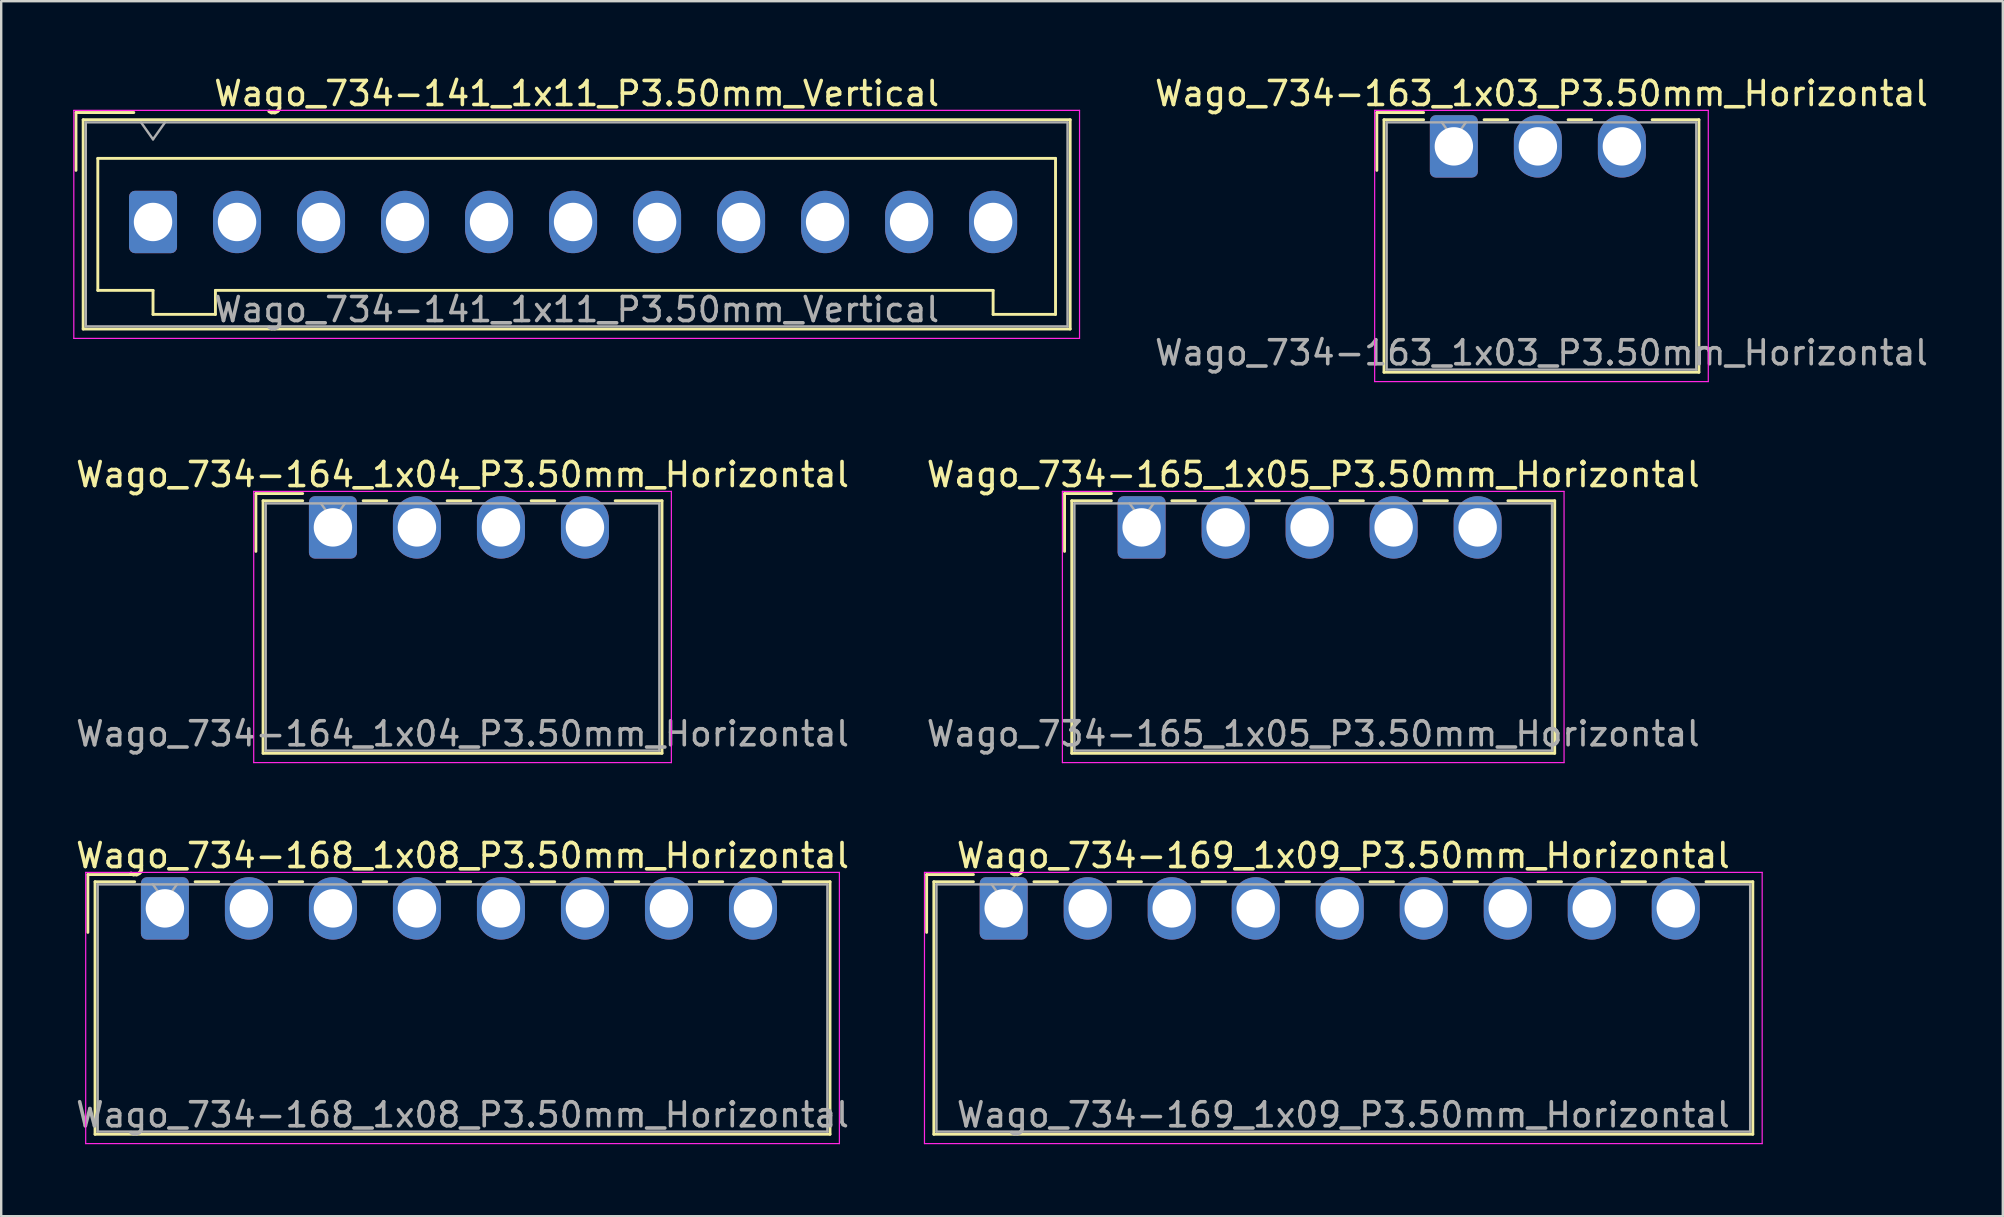
<source format=kicad_pcb>
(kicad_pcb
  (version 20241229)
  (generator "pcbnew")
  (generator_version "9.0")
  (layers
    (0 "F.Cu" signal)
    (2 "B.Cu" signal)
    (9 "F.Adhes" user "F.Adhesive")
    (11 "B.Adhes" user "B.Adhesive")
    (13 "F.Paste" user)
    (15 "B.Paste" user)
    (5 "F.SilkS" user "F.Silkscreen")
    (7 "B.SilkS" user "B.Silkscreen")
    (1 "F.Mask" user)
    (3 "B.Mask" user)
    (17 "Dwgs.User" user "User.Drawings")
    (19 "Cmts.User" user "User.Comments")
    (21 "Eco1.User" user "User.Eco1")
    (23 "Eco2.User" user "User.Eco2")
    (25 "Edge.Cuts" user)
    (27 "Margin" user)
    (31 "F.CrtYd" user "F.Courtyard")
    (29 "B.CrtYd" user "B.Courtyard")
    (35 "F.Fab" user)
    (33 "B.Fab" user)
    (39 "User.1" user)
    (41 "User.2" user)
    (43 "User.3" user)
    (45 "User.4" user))
  (footprint "Wago_734-163_1x03_P3.50mm_Horizontal"
    (layer "F.Cu")
    (at 57.52 3.048)
    (property "Reference" "Wago_734-163_1x03_P3.50mm_Horizontal" (at 3.65 -2.2 0) (layer "F.SilkS") (effects (font (size 1 1) (thickness 0.15))))
    (attr through_hole)
    (fp_line (start -3.21 -1.41) (end -1.26 -1.41) (stroke (width 0.12) (type solid)) (layer "F.SilkS"))
    (fp_line (start -3.21 1) (end -3.21 -1.41) (stroke (width 0.12) (type solid)) (layer "F.SilkS"))
    (fp_line (start -2.91 -1.11) (end -2.91 9.41) (stroke (width 0.12) (type solid)) (layer "F.SilkS"))
    (fp_line (start -2.91 9.41) (end 10.21 9.41) (stroke (width 0.12) (type solid)) (layer "F.SilkS"))
    (fp_line (start -1.26 -1.11) (end -2.91 -1.11) (stroke (width 0.12) (type solid)) (layer "F.SilkS"))
    (fp_line (start 1.26 -1.11) (end 2.24 -1.11) (stroke (width 0.12) (type solid)) (layer "F.SilkS"))
    (fp_line (start 4.76 -1.11) (end 5.74 -1.11) (stroke (width 0.12) (type solid)) (layer "F.SilkS"))
    (fp_line (start 10.21 -1.11) (end 8.26 -1.11) (stroke (width 0.12) (type solid)) (layer "F.SilkS"))
    (fp_line (start 10.21 9.41) (end 10.21 -1.11) (stroke (width 0.12) (type solid)) (layer "F.SilkS"))
    (fp_line (start -3.3 -1.5) (end -3.3 9.8) (stroke (width 0.05) (type solid)) (layer "F.CrtYd"))
    (fp_line (start -3.3 9.8) (end 10.6 9.8) (stroke (width 0.05) (type solid)) (layer "F.CrtYd"))
    (fp_line (start 10.6 -1.5) (end -3.3 -1.5) (stroke (width 0.05) (type solid)) (layer "F.CrtYd"))
    (fp_line (start 10.6 9.8) (end 10.6 -1.5) (stroke (width 0.05) (type solid)) (layer "F.CrtYd"))
    (fp_line (start -2.8 -1) (end -2.8 9.3) (stroke (width 0.1) (type solid)) (layer "F.Fab"))
    (fp_line (start -2.8 9.3) (end 10.1 9.3) (stroke (width 0.1) (type solid)) (layer "F.Fab"))
    (fp_line (start -0.5 -1) (end 0 -0.293) (stroke (width 0.1) (type solid)) (layer "F.Fab"))
    (fp_line (start 0 -0.293) (end 0.5 -1) (stroke (width 0.1) (type solid)) (layer "F.Fab"))
    (fp_line (start 10.1 -1) (end -2.8 -1) (stroke (width 0.1) (type solid)) (layer "F.Fab"))
    (fp_line (start 10.1 9.3) (end 10.1 -1) (stroke (width 0.1) (type solid)) (layer "F.Fab"))
    (fp_text user "${REFERENCE}" (at 3.65 8.6 0) (layer "F.Fab") (effects (font (size 1 1) (thickness 0.15))))
    (pad "1" thru_hole roundrect (at 0 0) (size 2 2.6) (drill 1.6) (layers "*.Cu" "*.Mask") (roundrect_rratio 0.125))
    (pad "2" thru_hole oval (at 3.5 0) (size 2 2.6) (drill 1.6) (layers "*.Cu" "*.Mask"))
    (pad "3" thru_hole oval (at 7 0) (size 2 2.6) (drill 1.6) (layers "*.Cu" "*.Mask")))
  (footprint "Wago_734-141_1x11_P3.50mm_Vertical"
    (layer "F.Cu")
    (at 3.325 6.198)
    (property "Reference" "Wago_734-141_1x11_P3.50mm_Vertical" (at 17.65 -5.35 0) (layer "F.SilkS") (effects (font (size 1 1) (thickness 0.15))))
    (attr through_hole)
    (fp_line (start -3.21 -4.56) (end -0.8 -4.56) (stroke (width 0.12) (type solid)) (layer "F.SilkS"))
    (fp_line (start -3.21 -2.15) (end -3.21 -4.56) (stroke (width 0.12) (type solid)) (layer "F.SilkS"))
    (fp_line (start -2.91 -4.26) (end -2.91 4.46) (stroke (width 0.12) (type solid)) (layer "F.SilkS"))
    (fp_line (start -2.91 4.46) (end 38.21 4.46) (stroke (width 0.12) (type solid)) (layer "F.SilkS"))
    (fp_line (start -2.3 -2.65) (end -2.3 2.85) (stroke (width 0.12) (type solid)) (layer "F.SilkS"))
    (fp_line (start -2.3 2.85) (end 0 2.85) (stroke (width 0.12) (type solid)) (layer "F.SilkS"))
    (fp_line (start 0 2.85) (end 0 3.85) (stroke (width 0.12) (type solid)) (layer "F.SilkS"))
    (fp_line (start 0 3.85) (end 2.6 3.85) (stroke (width 0.12) (type solid)) (layer "F.SilkS"))
    (fp_line (start 2.6 2.85) (end 35 2.85) (stroke (width 0.12) (type solid)) (layer "F.SilkS"))
    (fp_line (start 2.6 3.85) (end 2.6 2.85) (stroke (width 0.12) (type solid)) (layer "F.SilkS"))
    (fp_line (start 35 2.85) (end 35 3.85) (stroke (width 0.12) (type solid)) (layer "F.SilkS"))
    (fp_line (start 35 3.85) (end 37.6 3.85) (stroke (width 0.12) (type solid)) (layer "F.SilkS"))
    (fp_line (start 37.6 -2.65) (end -2.3 -2.65) (stroke (width 0.12) (type solid)) (layer "F.SilkS"))
    (fp_line (start 37.6 3.85) (end 37.6 -2.65) (stroke (width 0.12) (type solid)) (layer "F.SilkS"))
    (fp_line (start 38.21 -4.26) (end -2.91 -4.26) (stroke (width 0.12) (type solid)) (layer "F.SilkS"))
    (fp_line (start 38.21 4.46) (end 38.21 -4.26) (stroke (width 0.12) (type solid)) (layer "F.SilkS"))
    (fp_line (start -3.3 -4.65) (end -3.3 4.85) (stroke (width 0.05) (type solid)) (layer "F.CrtYd"))
    (fp_line (start -3.3 4.85) (end 38.6 4.85) (stroke (width 0.05) (type solid)) (layer "F.CrtYd"))
    (fp_line (start 38.6 -4.65) (end -3.3 -4.65) (stroke (width 0.05) (type solid)) (layer "F.CrtYd"))
    (fp_line (start 38.6 4.85) (end 38.6 -4.65) (stroke (width 0.05) (type solid)) (layer "F.CrtYd"))
    (fp_line (start -2.8 -4.15) (end -2.8 4.35) (stroke (width 0.1) (type solid)) (layer "F.Fab"))
    (fp_line (start -2.8 4.35) (end 38.1 4.35) (stroke (width 0.1) (type solid)) (layer "F.Fab"))
    (fp_line (start -0.5 -4.15) (end 0 -3.443) (stroke (width 0.1) (type solid)) (layer "F.Fab"))
    (fp_line (start 0 -3.443) (end 0.5 -4.15) (stroke (width 0.1) (type solid)) (layer "F.Fab"))
    (fp_line (start 38.1 -4.15) (end -2.8 -4.15) (stroke (width 0.1) (type solid)) (layer "F.Fab"))
    (fp_line (start 38.1 4.35) (end 38.1 -4.15) (stroke (width 0.1) (type solid)) (layer "F.Fab"))
    (fp_text user "${REFERENCE}" (at 17.65 3.65 0) (layer "F.Fab") (effects (font (size 1 1) (thickness 0.15))))
    (pad "1" thru_hole roundrect (at 0 0) (size 2 2.6) (drill 1.6) (layers "*.Cu" "*.Mask") (roundrect_rratio 0.125))
    (pad "2" thru_hole oval (at 3.5 0) (size 2 2.6) (drill 1.6) (layers "*.Cu" "*.Mask"))
    (pad "3" thru_hole oval (at 7 0) (size 2 2.6) (drill 1.6) (layers "*.Cu" "*.Mask"))
    (pad "4" thru_hole oval (at 10.5 0) (size 2 2.6) (drill 1.6) (layers "*.Cu" "*.Mask"))
    (pad "5" thru_hole oval (at 14 0) (size 2 2.6) (drill 1.6) (layers "*.Cu" "*.Mask"))
    (pad "6" thru_hole oval (at 17.5 0) (size 2 2.6) (drill 1.6) (layers "*.Cu" "*.Mask"))
    (pad "7" thru_hole oval (at 21 0) (size 2 2.6) (drill 1.6) (layers "*.Cu" "*.Mask"))
    (pad "8" thru_hole oval (at 24.5 0) (size 2 2.6) (drill 1.6) (layers "*.Cu" "*.Mask"))
    (pad "9" thru_hole oval (at 28 0) (size 2 2.6) (drill 1.6) (layers "*.Cu" "*.Mask"))
    (pad "10" thru_hole oval (at 31.5 0) (size 2 2.6) (drill 1.6) (layers "*.Cu" "*.Mask"))
    (pad "11" thru_hole oval (at 35 0) (size 2 2.6) (drill 1.6) (layers "*.Cu" "*.Mask")))
  (footprint "Wago_734-169_1x09_P3.50mm_Horizontal"
    (layer "F.Cu")
    (at 38.765 34.795)
    (property "Reference" "Wago_734-169_1x09_P3.50mm_Horizontal" (at 14.15 -2.2 0) (layer "F.SilkS") (effects (font (size 1 1) (thickness 0.15))))
    (attr through_hole)
    (fp_line (start -3.21 -1.41) (end -1.26 -1.41) (stroke (width 0.12) (type solid)) (layer "F.SilkS"))
    (fp_line (start -3.21 1) (end -3.21 -1.41) (stroke (width 0.12) (type solid)) (layer "F.SilkS"))
    (fp_line (start -2.91 -1.11) (end -2.91 9.41) (stroke (width 0.12) (type solid)) (layer "F.SilkS"))
    (fp_line (start -2.91 9.41) (end 31.21 9.41) (stroke (width 0.12) (type solid)) (layer "F.SilkS"))
    (fp_line (start -1.26 -1.11) (end -2.91 -1.11) (stroke (width 0.12) (type solid)) (layer "F.SilkS"))
    (fp_line (start 1.26 -1.11) (end 2.24 -1.11) (stroke (width 0.12) (type solid)) (layer "F.SilkS"))
    (fp_line (start 4.76 -1.11) (end 5.74 -1.11) (stroke (width 0.12) (type solid)) (layer "F.SilkS"))
    (fp_line (start 8.26 -1.11) (end 9.24 -1.11) (stroke (width 0.12) (type solid)) (layer "F.SilkS"))
    (fp_line (start 11.76 -1.11) (end 12.74 -1.11) (stroke (width 0.12) (type solid)) (layer "F.SilkS"))
    (fp_line (start 15.26 -1.11) (end 16.24 -1.11) (stroke (width 0.12) (type solid)) (layer "F.SilkS"))
    (fp_line (start 18.76 -1.11) (end 19.74 -1.11) (stroke (width 0.12) (type solid)) (layer "F.SilkS"))
    (fp_line (start 22.26 -1.11) (end 23.24 -1.11) (stroke (width 0.12) (type solid)) (layer "F.SilkS"))
    (fp_line (start 25.76 -1.11) (end 26.74 -1.11) (stroke (width 0.12) (type solid)) (layer "F.SilkS"))
    (fp_line (start 31.21 -1.11) (end 29.26 -1.11) (stroke (width 0.12) (type solid)) (layer "F.SilkS"))
    (fp_line (start 31.21 9.41) (end 31.21 -1.11) (stroke (width 0.12) (type solid)) (layer "F.SilkS"))
    (fp_line (start -3.3 -1.5) (end -3.3 9.8) (stroke (width 0.05) (type solid)) (layer "F.CrtYd"))
    (fp_line (start -3.3 9.8) (end 31.6 9.8) (stroke (width 0.05) (type solid)) (layer "F.CrtYd"))
    (fp_line (start 31.6 -1.5) (end -3.3 -1.5) (stroke (width 0.05) (type solid)) (layer "F.CrtYd"))
    (fp_line (start 31.6 9.8) (end 31.6 -1.5) (stroke (width 0.05) (type solid)) (layer "F.CrtYd"))
    (fp_line (start -2.8 -1) (end -2.8 9.3) (stroke (width 0.1) (type solid)) (layer "F.Fab"))
    (fp_line (start -2.8 9.3) (end 31.1 9.3) (stroke (width 0.1) (type solid)) (layer "F.Fab"))
    (fp_line (start -0.5 -1) (end 0 -0.293) (stroke (width 0.1) (type solid)) (layer "F.Fab"))
    (fp_line (start 0 -0.293) (end 0.5 -1) (stroke (width 0.1) (type solid)) (layer "F.Fab"))
    (fp_line (start 31.1 -1) (end -2.8 -1) (stroke (width 0.1) (type solid)) (layer "F.Fab"))
    (fp_line (start 31.1 9.3) (end 31.1 -1) (stroke (width 0.1) (type solid)) (layer "F.Fab"))
    (fp_text user "${REFERENCE}" (at 14.15 8.6 0) (layer "F.Fab") (effects (font (size 1 1) (thickness 0.15))))
    (pad "1" thru_hole roundrect (at 0 0) (size 2 2.6) (drill 1.6) (layers "*.Cu" "*.Mask") (roundrect_rratio 0.125))
    (pad "2" thru_hole oval (at 3.5 0) (size 2 2.6) (drill 1.6) (layers "*.Cu" "*.Mask"))
    (pad "3" thru_hole oval (at 7 0) (size 2 2.6) (drill 1.6) (layers "*.Cu" "*.Mask"))
    (pad "4" thru_hole oval (at 10.5 0) (size 2 2.6) (drill 1.6) (layers "*.Cu" "*.Mask"))
    (pad "5" thru_hole oval (at 14 0) (size 2 2.6) (drill 1.6) (layers "*.Cu" "*.Mask"))
    (pad "6" thru_hole oval (at 17.5 0) (size 2 2.6) (drill 1.6) (layers "*.Cu" "*.Mask"))
    (pad "7" thru_hole oval (at 21 0) (size 2 2.6) (drill 1.6) (layers "*.Cu" "*.Mask"))
    (pad "8" thru_hole oval (at 24.5 0) (size 2 2.6) (drill 1.6) (layers "*.Cu" "*.Mask"))
    (pad "9" thru_hole oval (at 28 0) (size 2 2.6) (drill 1.6) (layers "*.Cu" "*.Mask")))
  (footprint "Wago_734-164_1x04_P3.50mm_Horizontal"
    (layer "F.Cu")
    (at 10.82 18.922)
    (property "Reference" "Wago_734-164_1x04_P3.50mm_Horizontal" (at 5.4 -2.2 0) (layer "F.SilkS") (effects (font (size 1 1) (thickness 0.15))))
    (attr through_hole)
    (fp_line (start -3.21 -1.41) (end -1.26 -1.41) (stroke (width 0.12) (type solid)) (layer "F.SilkS"))
    (fp_line (start -3.21 1) (end -3.21 -1.41) (stroke (width 0.12) (type solid)) (layer "F.SilkS"))
    (fp_line (start -2.91 -1.11) (end -2.91 9.41) (stroke (width 0.12) (type solid)) (layer "F.SilkS"))
    (fp_line (start -2.91 9.41) (end 13.71 9.41) (stroke (width 0.12) (type solid)) (layer "F.SilkS"))
    (fp_line (start -1.26 -1.11) (end -2.91 -1.11) (stroke (width 0.12) (type solid)) (layer "F.SilkS"))
    (fp_line (start 1.26 -1.11) (end 2.24 -1.11) (stroke (width 0.12) (type solid)) (layer "F.SilkS"))
    (fp_line (start 4.76 -1.11) (end 5.74 -1.11) (stroke (width 0.12) (type solid)) (layer "F.SilkS"))
    (fp_line (start 8.26 -1.11) (end 9.24 -1.11) (stroke (width 0.12) (type solid)) (layer "F.SilkS"))
    (fp_line (start 13.71 -1.11) (end 11.76 -1.11) (stroke (width 0.12) (type solid)) (layer "F.SilkS"))
    (fp_line (start 13.71 9.41) (end 13.71 -1.11) (stroke (width 0.12) (type solid)) (layer "F.SilkS"))
    (fp_line (start -3.3 -1.5) (end -3.3 9.8) (stroke (width 0.05) (type solid)) (layer "F.CrtYd"))
    (fp_line (start -3.3 9.8) (end 14.1 9.8) (stroke (width 0.05) (type solid)) (layer "F.CrtYd"))
    (fp_line (start 14.1 -1.5) (end -3.3 -1.5) (stroke (width 0.05) (type solid)) (layer "F.CrtYd"))
    (fp_line (start 14.1 9.8) (end 14.1 -1.5) (stroke (width 0.05) (type solid)) (layer "F.CrtYd"))
    (fp_line (start -2.8 -1) (end -2.8 9.3) (stroke (width 0.1) (type solid)) (layer "F.Fab"))
    (fp_line (start -2.8 9.3) (end 13.6 9.3) (stroke (width 0.1) (type solid)) (layer "F.Fab"))
    (fp_line (start -0.5 -1) (end 0 -0.293) (stroke (width 0.1) (type solid)) (layer "F.Fab"))
    (fp_line (start 0 -0.293) (end 0.5 -1) (stroke (width 0.1) (type solid)) (layer "F.Fab"))
    (fp_line (start 13.6 -1) (end -2.8 -1) (stroke (width 0.1) (type solid)) (layer "F.Fab"))
    (fp_line (start 13.6 9.3) (end 13.6 -1) (stroke (width 0.1) (type solid)) (layer "F.Fab"))
    (fp_text user "${REFERENCE}" (at 5.4 8.6 0) (layer "F.Fab") (effects (font (size 1 1) (thickness 0.15))))
    (pad "1" thru_hole roundrect (at 0 0) (size 2 2.6) (drill 1.6) (layers "*.Cu" "*.Mask") (roundrect_rratio 0.125))
    (pad "2" thru_hole oval (at 3.5 0) (size 2 2.6) (drill 1.6) (layers "*.Cu" "*.Mask"))
    (pad "3" thru_hole oval (at 7 0) (size 2 2.6) (drill 1.6) (layers "*.Cu" "*.Mask"))
    (pad "4" thru_hole oval (at 10.5 0) (size 2 2.6) (drill 1.6) (layers "*.Cu" "*.Mask")))
  (footprint "Wago_734-165_1x05_P3.50mm_Horizontal"
    (layer "F.Cu")
    (at 44.511 18.922)
    (property "Reference" "Wago_734-165_1x05_P3.50mm_Horizontal" (at 7.15 -2.2 0) (layer "F.SilkS") (effects (font (size 1 1) (thickness 0.15))))
    (attr through_hole)
    (fp_line (start -3.21 -1.41) (end -1.26 -1.41) (stroke (width 0.12) (type solid)) (layer "F.SilkS"))
    (fp_line (start -3.21 1) (end -3.21 -1.41) (stroke (width 0.12) (type solid)) (layer "F.SilkS"))
    (fp_line (start -2.91 -1.11) (end -2.91 9.41) (stroke (width 0.12) (type solid)) (layer "F.SilkS"))
    (fp_line (start -2.91 9.41) (end 17.21 9.41) (stroke (width 0.12) (type solid)) (layer "F.SilkS"))
    (fp_line (start -1.26 -1.11) (end -2.91 -1.11) (stroke (width 0.12) (type solid)) (layer "F.SilkS"))
    (fp_line (start 1.26 -1.11) (end 2.24 -1.11) (stroke (width 0.12) (type solid)) (layer "F.SilkS"))
    (fp_line (start 4.76 -1.11) (end 5.74 -1.11) (stroke (width 0.12) (type solid)) (layer "F.SilkS"))
    (fp_line (start 8.26 -1.11) (end 9.24 -1.11) (stroke (width 0.12) (type solid)) (layer "F.SilkS"))
    (fp_line (start 11.76 -1.11) (end 12.74 -1.11) (stroke (width 0.12) (type solid)) (layer "F.SilkS"))
    (fp_line (start 17.21 -1.11) (end 15.26 -1.11) (stroke (width 0.12) (type solid)) (layer "F.SilkS"))
    (fp_line (start 17.21 9.41) (end 17.21 -1.11) (stroke (width 0.12) (type solid)) (layer "F.SilkS"))
    (fp_line (start -3.3 -1.5) (end -3.3 9.8) (stroke (width 0.05) (type solid)) (layer "F.CrtYd"))
    (fp_line (start -3.3 9.8) (end 17.6 9.8) (stroke (width 0.05) (type solid)) (layer "F.CrtYd"))
    (fp_line (start 17.6 -1.5) (end -3.3 -1.5) (stroke (width 0.05) (type solid)) (layer "F.CrtYd"))
    (fp_line (start 17.6 9.8) (end 17.6 -1.5) (stroke (width 0.05) (type solid)) (layer "F.CrtYd"))
    (fp_line (start -2.8 -1) (end -2.8 9.3) (stroke (width 0.1) (type solid)) (layer "F.Fab"))
    (fp_line (start -2.8 9.3) (end 17.1 9.3) (stroke (width 0.1) (type solid)) (layer "F.Fab"))
    (fp_line (start -0.5 -1) (end 0 -0.293) (stroke (width 0.1) (type solid)) (layer "F.Fab"))
    (fp_line (start 0 -0.293) (end 0.5 -1) (stroke (width 0.1) (type solid)) (layer "F.Fab"))
    (fp_line (start 17.1 -1) (end -2.8 -1) (stroke (width 0.1) (type solid)) (layer "F.Fab"))
    (fp_line (start 17.1 9.3) (end 17.1 -1) (stroke (width 0.1) (type solid)) (layer "F.Fab"))
    (fp_text user "${REFERENCE}" (at 7.15 8.6 0) (layer "F.Fab") (effects (font (size 1 1) (thickness 0.15))))
    (pad "1" thru_hole roundrect (at 0 0) (size 2 2.6) (drill 1.6) (layers "*.Cu" "*.Mask") (roundrect_rratio 0.125))
    (pad "2" thru_hole oval (at 3.5 0) (size 2 2.6) (drill 1.6) (layers "*.Cu" "*.Mask"))
    (pad "3" thru_hole oval (at 7 0) (size 2 2.6) (drill 1.6) (layers "*.Cu" "*.Mask"))
    (pad "4" thru_hole oval (at 10.5 0) (size 2 2.6) (drill 1.6) (layers "*.Cu" "*.Mask"))
    (pad "5" thru_hole oval (at 14 0) (size 2 2.6) (drill 1.6) (layers "*.Cu" "*.Mask")))
  (footprint "Wago_734-168_1x08_P3.50mm_Horizontal"
    (layer "F.Cu")
    (at 3.82 34.795)
    (property "Reference" "Wago_734-168_1x08_P3.50mm_Horizontal" (at 12.4 -2.2 0) (layer "F.SilkS") (effects (font (size 1 1) (thickness 0.15))))
    (attr through_hole)
    (fp_line (start -3.21 -1.41) (end -1.26 -1.41) (stroke (width 0.12) (type solid)) (layer "F.SilkS"))
    (fp_line (start -3.21 1) (end -3.21 -1.41) (stroke (width 0.12) (type solid)) (layer "F.SilkS"))
    (fp_line (start -2.91 -1.11) (end -2.91 9.41) (stroke (width 0.12) (type solid)) (layer "F.SilkS"))
    (fp_line (start -2.91 9.41) (end 27.71 9.41) (stroke (width 0.12) (type solid)) (layer "F.SilkS"))
    (fp_line (start -1.26 -1.11) (end -2.91 -1.11) (stroke (width 0.12) (type solid)) (layer "F.SilkS"))
    (fp_line (start 1.26 -1.11) (end 2.24 -1.11) (stroke (width 0.12) (type solid)) (layer "F.SilkS"))
    (fp_line (start 4.76 -1.11) (end 5.74 -1.11) (stroke (width 0.12) (type solid)) (layer "F.SilkS"))
    (fp_line (start 8.26 -1.11) (end 9.24 -1.11) (stroke (width 0.12) (type solid)) (layer "F.SilkS"))
    (fp_line (start 11.76 -1.11) (end 12.74 -1.11) (stroke (width 0.12) (type solid)) (layer "F.SilkS"))
    (fp_line (start 15.26 -1.11) (end 16.24 -1.11) (stroke (width 0.12) (type solid)) (layer "F.SilkS"))
    (fp_line (start 18.76 -1.11) (end 19.74 -1.11) (stroke (width 0.12) (type solid)) (layer "F.SilkS"))
    (fp_line (start 22.26 -1.11) (end 23.24 -1.11) (stroke (width 0.12) (type solid)) (layer "F.SilkS"))
    (fp_line (start 27.71 -1.11) (end 25.76 -1.11) (stroke (width 0.12) (type solid)) (layer "F.SilkS"))
    (fp_line (start 27.71 9.41) (end 27.71 -1.11) (stroke (width 0.12) (type solid)) (layer "F.SilkS"))
    (fp_line (start -3.3 -1.5) (end -3.3 9.8) (stroke (width 0.05) (type solid)) (layer "F.CrtYd"))
    (fp_line (start -3.3 9.8) (end 28.1 9.8) (stroke (width 0.05) (type solid)) (layer "F.CrtYd"))
    (fp_line (start 28.1 -1.5) (end -3.3 -1.5) (stroke (width 0.05) (type solid)) (layer "F.CrtYd"))
    (fp_line (start 28.1 9.8) (end 28.1 -1.5) (stroke (width 0.05) (type solid)) (layer "F.CrtYd"))
    (fp_line (start -2.8 -1) (end -2.8 9.3) (stroke (width 0.1) (type solid)) (layer "F.Fab"))
    (fp_line (start -2.8 9.3) (end 27.6 9.3) (stroke (width 0.1) (type solid)) (layer "F.Fab"))
    (fp_line (start -0.5 -1) (end 0 -0.293) (stroke (width 0.1) (type solid)) (layer "F.Fab"))
    (fp_line (start 0 -0.293) (end 0.5 -1) (stroke (width 0.1) (type solid)) (layer "F.Fab"))
    (fp_line (start 27.6 -1) (end -2.8 -1) (stroke (width 0.1) (type solid)) (layer "F.Fab"))
    (fp_line (start 27.6 9.3) (end 27.6 -1) (stroke (width 0.1) (type solid)) (layer "F.Fab"))
    (fp_text user "${REFERENCE}" (at 12.4 8.6 0) (layer "F.Fab") (effects (font (size 1 1) (thickness 0.15))))
    (pad "1" thru_hole roundrect (at 0 0) (size 2 2.6) (drill 1.6) (layers "*.Cu" "*.Mask") (roundrect_rratio 0.125))
    (pad "2" thru_hole oval (at 3.5 0) (size 2 2.6) (drill 1.6) (layers "*.Cu" "*.Mask"))
    (pad "3" thru_hole oval (at 7 0) (size 2 2.6) (drill 1.6) (layers "*.Cu" "*.Mask"))
    (pad "4" thru_hole oval (at 10.5 0) (size 2 2.6) (drill 1.6) (layers "*.Cu" "*.Mask"))
    (pad "5" thru_hole oval (at 14 0) (size 2 2.6) (drill 1.6) (layers "*.Cu" "*.Mask"))
    (pad "6" thru_hole oval (at 17.5 0) (size 2 2.6) (drill 1.6) (layers "*.Cu" "*.Mask"))
    (pad "7" thru_hole oval (at 21 0) (size 2 2.6) (drill 1.6) (layers "*.Cu" "*.Mask"))
    (pad "8" thru_hole oval (at 24.5 0) (size 2 2.6) (drill 1.6) (layers "*.Cu" "*.Mask")))
  (gr_rect
    (start -3 -3)
    (end 80.39 47.62)
    (stroke (width 0.1) (type default))
    (fill no)
    (layer "Edge.Cuts")))
</source>
